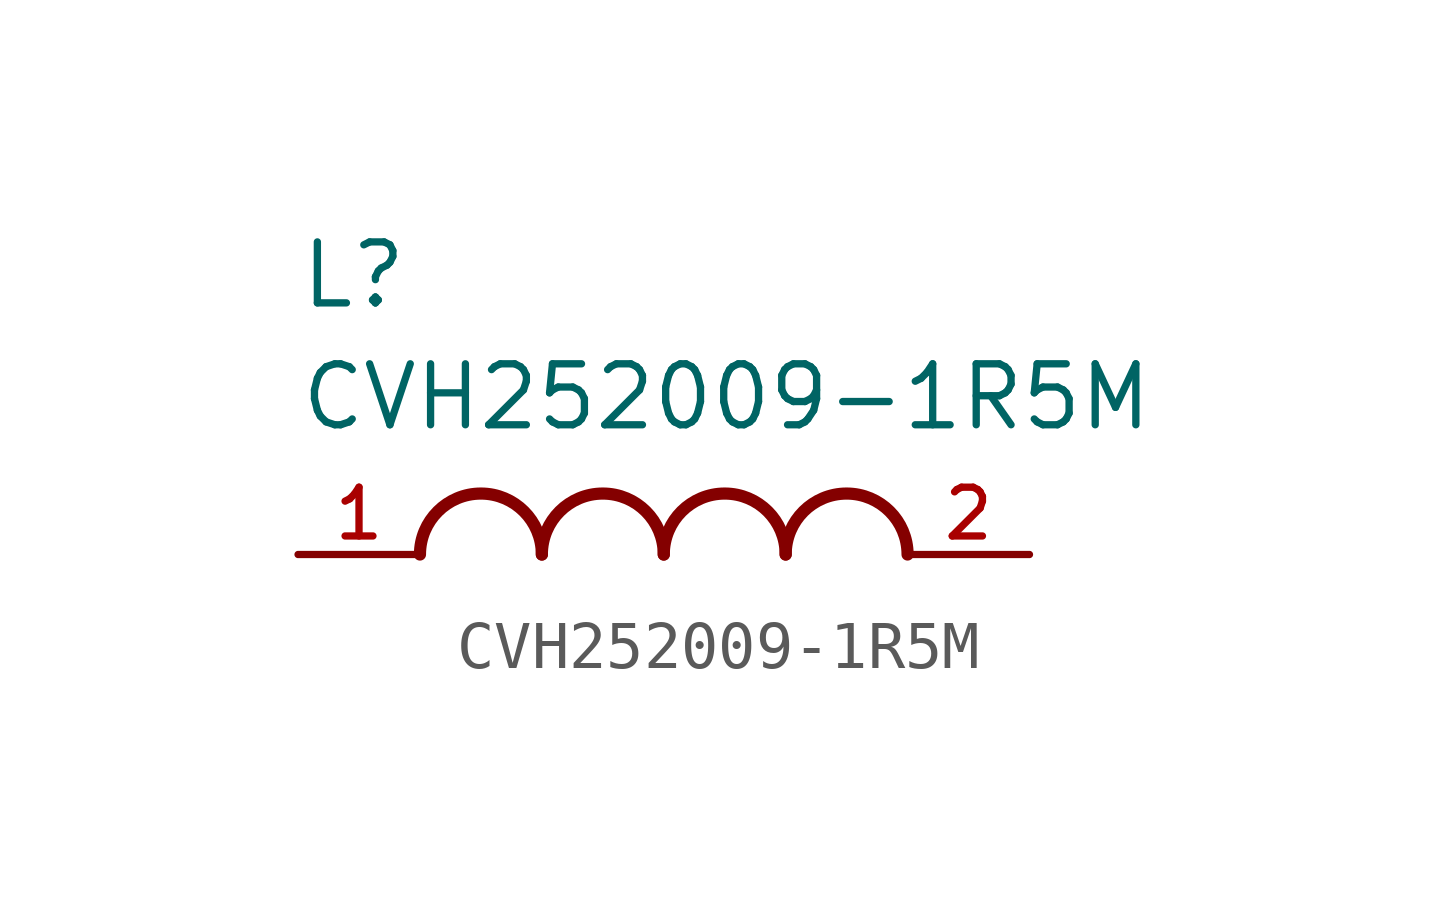
<source format=kicad_sym>
(kicad_symbol_lib
  (version 20211014)
  (generator kicad_symbol_editor)
  (symbol "CVH252009-1R5M"
    (pin_names
      (offset 1.016))
    (property "Reference" "L"
      (at -7.62 5.08 0)
      (effects (font (size 1.27 1.27)) (justify bottom left)))
    (property "Value" "CVH252009-1R5M"
      (at -7.62 2.54 0)
      (effects (font (size 1.27 1.27)) (justify bottom left)))
    (symbol "CVH252009-1R5M_0_0"
      (arc (start -2.54 0.0) (mid -3.81 1.27) (end -5.08 0.0) (stroke (width 0.254) (type default) (color 0 0 0 0)) (fill (type none)))
      (arc (start 0.0 0.0) (mid -1.27 1.27) (end -2.54 0.0) (stroke (width 0.254) (type default) (color 0 0 0 0)) (fill (type none)))
      (arc (start 2.54 0.0) (mid 1.27 1.27) (end 0.0 0.0) (stroke (width 0.254) (type default) (color 0 0 0 0)) (fill (type none)))
      (arc (start 5.08 0.0) (mid 3.81 1.27) (end 2.54 0.0) (stroke (width 0.254) (type default) (color 0 0 0 0)) (fill (type none)))
      (pin passive line (at -7.62 0.0 0) (length 2.54) (name "~" (effects (font (size 1.016 1.016)))) (number "1" (effects (font (size 1.016 1.016)))))
      (pin passive line (at 7.62 0.0 180.0) (length 2.54) (name "~" (effects (font (size 1.016 1.016)))) (number "2" (effects (font (size 1.016 1.016))))))))
</source>
